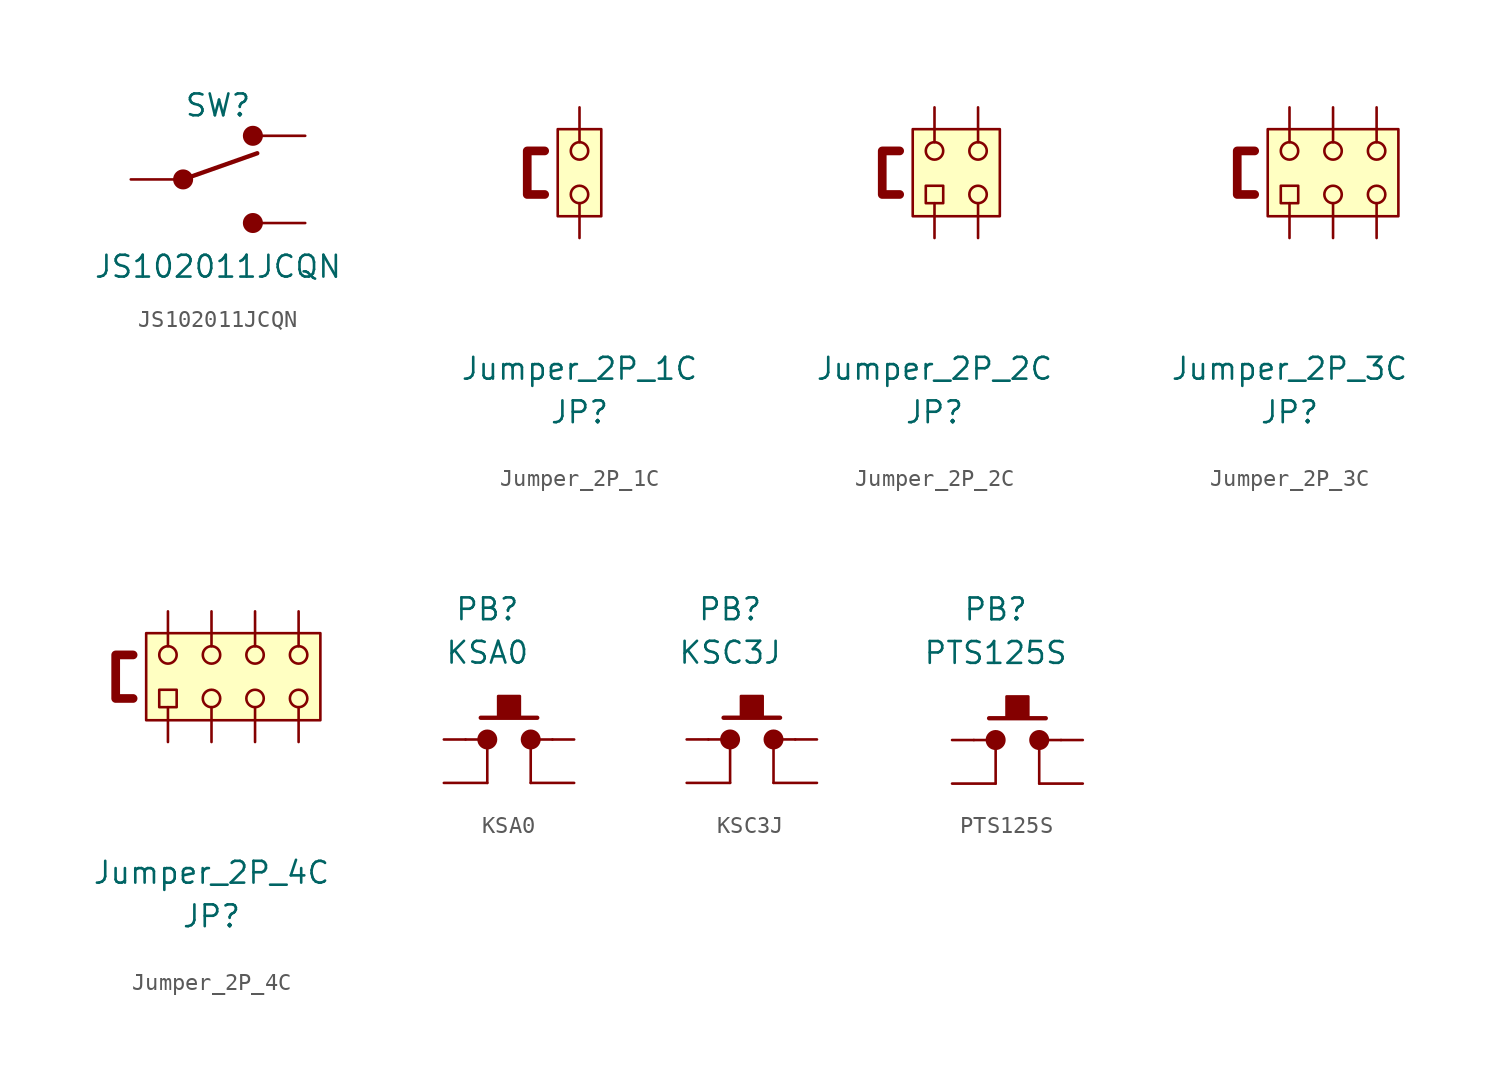
<source format=kicad_sym>
(kicad_symbol_lib
  (version 20220914)
  (generator kicad_symbol_editor)
  (symbol "JS102011JCQN"
    (pin_numbers hide)
    (pin_names
      (offset 0) hide)
    (property "Reference" "SW"
      (at 0 4.318 0)
      (effects (font (size 1.27 1.27))))
    (property "Value" "JS102011JCQN"
      (at 0 -5.08 0)
      (effects (font (size 1.27 1.27))))
    (symbol "JS102011JCQN_0_0"
      (circle (center -2.032 0) (radius 0.508) (stroke (width 0) (type default)) (fill (type outline)))
      (circle (center 2.032 -2.54) (radius 0.508) (stroke (width 0) (type default)) (fill (type outline))))
    (symbol "JS102011JCQN_0_1"
      (polyline (pts (xy -2.032 0) (xy 2.286 1.524)) (stroke (width 0.254) (type default)) (fill (type none)))
      (circle (center 2.032 2.54) (radius 0.508) (stroke (width 0) (type default)) (fill (type outline))))
    (symbol "JS102011JCQN_1_1"
      (pin passive line (at 5.08 2.54 180) (length 2.54) (name "~" (effects (font (size 1.27 1.27)))) (number "1" (effects (font (size 1.27 1.27)))))
      (pin passive line (at -5.08 0 0) (length 2.54) (name "~" (effects (font (size 1.27 1.27)))) (number "2" (effects (font (size 1.27 1.27)))))
      (pin passive line (at 5.08 -2.54 180) (length 2.54) (name "~" (effects (font (size 1.27 1.27)))) (number "3" (effects (font (size 1.27 1.27)))))))
  (symbol "Jumper_2P_1C"
    (pin_numbers hide)
    (pin_names
      (offset 1.016) hide)
    (property "Reference" "JP"
      (at 0 -12.7 0)
      (effects (font (size 1.27 1.27))))
    (property "Value" "Jumper_2P_1C"
      (at 0 -10.16 0)
      (effects (font (size 1.27 1.27))))
    (symbol "Jumper_2P_1C_0_0"
      (pin passive line (at 0 -2.54 90) (length 2.032) (name "~" (effects (font (size 1.27 1.27)))) (number "1" (effects (font (size 1.27 1.27)))))
      (pin passive line (at 0 5.08 270) (length 2.032) (name "~" (effects (font (size 1.27 1.27)))) (number "2" (effects (font (size 1.27 1.27))))))
    (symbol "Jumper_2P_1C_0_1"
      (rectangle (start -1.27 3.81) (end 1.27 -1.27) (stroke (width 0.152) (type default)) (fill (type background)))
      (polyline (pts (xy -2.032 2.54) (xy -3.048 2.54) (xy -3.048 0) (xy -2.032 0)) (stroke (width 0.508) (type default)) (fill (type none)))
      (circle (center 0 0) (radius 0.508) (stroke (width 0) (type default)) (fill (type none)))
      (circle (center 0 2.54) (radius 0.508) (stroke (width 0) (type default)) (fill (type none)))))
  (symbol "Jumper_2P_2C"
    (pin_numbers hide)
    (pin_names
      (offset 0) hide)
    (property "Reference" "JP"
      (at 0 -12.7 0)
      (effects (font (size 1.27 1.27))))
    (property "Value" "Jumper_2P_2C"
      (at 0 -10.16 0)
      (effects (font (size 1.27 1.27))))
    (symbol "Jumper_2P_2C_0_0"
      (pin passive line (at 0 -2.54 90) (length 2.032) (name "~" (effects (font (size 1.27 1.27)))) (number "1" (effects (font (size 1.27 1.27)))))
      (pin passive line (at 0 5.08 270) (length 2.032) (name "~" (effects (font (size 1.27 1.27)))) (number "2" (effects (font (size 1.27 1.27)))))
      (pin passive line (at 2.54 -2.54 90) (length 2.032) (name "~" (effects (font (size 1.27 1.27)))) (number "3" (effects (font (size 1.27 1.27)))))
      (pin passive line (at 2.54 5.08 270) (length 2.032) (name "~" (effects (font (size 1.27 1.27)))) (number "4" (effects (font (size 1.27 1.27))))))
    (symbol "Jumper_2P_2C_0_1"
      (rectangle (start -1.27 3.81) (end 3.81 -1.27) (stroke (width 0.152) (type default)) (fill (type background)))
      (rectangle (start -0.508 0.508) (end 0.508 -0.508) (stroke (width 0) (type default)) (fill (type none)))
      (polyline (pts (xy -2.032 2.54) (xy -3.048 2.54) (xy -3.048 0) (xy -2.032 0)) (stroke (width 0.508) (type default)) (fill (type none)))
      (circle (center 0 2.54) (radius 0.508) (stroke (width 0) (type default)) (fill (type none)))
      (circle (center 2.54 0) (radius 0.508) (stroke (width 0) (type default)) (fill (type none)))
      (circle (center 2.54 2.54) (radius 0.508) (stroke (width 0) (type default)) (fill (type none)))))
  (symbol "Jumper_2P_3C"
    (pin_numbers hide)
    (pin_names
      (offset 0) hide)
    (property "Reference" "JP"
      (at 0 -12.7 0)
      (effects (font (size 1.27 1.27))))
    (property "Value" "Jumper_2P_3C"
      (at 0 -10.16 0)
      (effects (font (size 1.27 1.27))))
    (symbol "Jumper_2P_3C_0_0"
      (pin passive line (at 0 -2.54 90) (length 2.032) (name "~" (effects (font (size 1.27 1.27)))) (number "1" (effects (font (size 1.27 1.27)))))
      (pin passive line (at 0 5.08 270) (length 2.032) (name "~" (effects (font (size 1.27 1.27)))) (number "2" (effects (font (size 1.27 1.27)))))
      (pin passive line (at 2.54 -2.54 90) (length 2.032) (name "~" (effects (font (size 1.27 1.27)))) (number "3" (effects (font (size 1.27 1.27)))))
      (pin passive line (at 2.54 5.08 270) (length 2.032) (name "~" (effects (font (size 1.27 1.27)))) (number "4" (effects (font (size 1.27 1.27)))))
      (pin passive line (at 5.08 -2.54 90) (length 2.032) (name "~" (effects (font (size 1.27 1.27)))) (number "5" (effects (font (size 1.27 1.27)))))
      (pin passive line (at 5.08 5.08 270) (length 2.032) (name "~" (effects (font (size 1.27 1.27)))) (number "6" (effects (font (size 1.27 1.27))))))
    (symbol "Jumper_2P_3C_0_1"
      (rectangle (start -1.27 3.81) (end 6.35 -1.27) (stroke (width 0.152) (type default)) (fill (type background)))
      (rectangle (start -0.508 0.508) (end 0.508 -0.508) (stroke (width 0) (type default)) (fill (type none)))
      (polyline (pts (xy -2.032 2.54) (xy -3.048 2.54) (xy -3.048 0) (xy -2.032 0)) (stroke (width 0.508) (type default)) (fill (type none)))
      (circle (center 0 2.54) (radius 0.508) (stroke (width 0) (type default)) (fill (type none)))
      (circle (center 2.54 0) (radius 0.508) (stroke (width 0) (type default)) (fill (type none)))
      (circle (center 2.54 2.54) (radius 0.508) (stroke (width 0) (type default)) (fill (type none)))
      (circle (center 5.08 0) (radius 0.508) (stroke (width 0) (type default)) (fill (type none)))
      (circle (center 5.08 2.54) (radius 0.508) (stroke (width 0) (type default)) (fill (type none)))))
  (symbol "Jumper_2P_4C"
    (pin_numbers hide)
    (pin_names
      (offset 0) hide)
    (property "Reference" "JP"
      (at 0 -12.7 0)
      (effects (font (size 1.27 1.27))))
    (property "Value" "Jumper_2P_4C"
      (at 0 -10.16 0)
      (effects (font (size 1.27 1.27))))
    (symbol "Jumper_2P_4C_0_0"
      (pin passive line (at -2.54 -2.54 90) (length 2.032) (name "~" (effects (font (size 1.27 1.27)))) (number "1" (effects (font (size 1.27 1.27)))))
      (pin passive line (at -2.54 5.08 270) (length 2.032) (name "~" (effects (font (size 1.27 1.27)))) (number "2" (effects (font (size 1.27 1.27)))))
      (pin passive line (at 0 -2.54 90) (length 2.032) (name "~" (effects (font (size 1.27 1.27)))) (number "3" (effects (font (size 1.27 1.27)))))
      (pin passive line (at 0 5.08 270) (length 2.032) (name "~" (effects (font (size 1.27 1.27)))) (number "4" (effects (font (size 1.27 1.27)))))
      (pin passive line (at 2.54 -2.54 90) (length 2.032) (name "~" (effects (font (size 1.27 1.27)))) (number "5" (effects (font (size 1.27 1.27)))))
      (pin passive line (at 2.54 5.08 270) (length 2.032) (name "~" (effects (font (size 1.27 1.27)))) (number "6" (effects (font (size 1.27 1.27)))))
      (pin passive line (at 5.08 -2.54 90) (length 2.032) (name "~" (effects (font (size 1.27 1.27)))) (number "7" (effects (font (size 1.27 1.27)))))
      (pin passive line (at 5.08 5.08 270) (length 2.032) (name "~" (effects (font (size 1.27 1.27)))) (number "8" (effects (font (size 1.27 1.27))))))
    (symbol "Jumper_2P_4C_0_1"
      (rectangle (start -3.81 3.81) (end 6.35 -1.27) (stroke (width 0.152) (type default)) (fill (type background)))
      (rectangle (start -3.048 0.508) (end -2.032 -0.508) (stroke (width 0) (type default)) (fill (type none)))
      (circle (center -2.54 2.54) (radius 0.508) (stroke (width 0) (type default)) (fill (type none)))
      (polyline (pts (xy -4.572 2.54) (xy -5.588 2.54) (xy -5.588 0) (xy -4.572 0)) (stroke (width 0.508) (type default)) (fill (type none)))
      (circle (center 0 0) (radius 0.508) (stroke (width 0) (type default)) (fill (type none)))
      (circle (center 0 2.54) (radius 0.508) (stroke (width 0) (type default)) (fill (type none)))
      (circle (center 2.54 0) (radius 0.508) (stroke (width 0) (type default)) (fill (type none)))
      (circle (center 2.54 2.54) (radius 0.508) (stroke (width 0) (type default)) (fill (type none)))
      (circle (center 5.08 0) (radius 0.508) (stroke (width 0) (type default)) (fill (type none)))
      (circle (center 5.08 2.54) (radius 0.508) (stroke (width 0) (type default)) (fill (type none)))))
  (symbol "KSA0"
    (pin_numbers hide)
    (pin_names
      (offset 1.016) hide)
    (property "Reference" "PB"
      (at 0 10.16 0)
      (effects (font (size 1.27 1.27))))
    (property "Value" "KSA0"
      (at 0 7.62 0)
      (effects (font (size 1.27 1.27))))
    (symbol "KSA0_0_0"
      (pin passive line (at 5.08 2.54 180) (length 1.27) (name "~" (effects (font (size 1.27 1.27)))) (number "3" (effects (font (size 1.27 1.27)))))
      (pin passive line (at -2.54 2.54 0) (length 1.27) (name "~" (effects (font (size 1.27 1.27)))) (number "4" (effects (font (size 1.27 1.27))))))
    (symbol "KSA0_0_1"
      (polyline (pts (xy -1.27 2.54) (xy -0.508 2.54)) (stroke (width 0) (type default)) (fill (type none)))
      (polyline (pts (xy 0 2.54) (xy 0 0)) (stroke (width 0) (type default)) (fill (type none)))
      (polyline (pts (xy 2.54 2.54) (xy 2.54 0)) (stroke (width 0) (type default)) (fill (type none)))
      (polyline (pts (xy 2.921 3.81) (xy -0.381 3.81)) (stroke (width 0.254) (type default)) (fill (type none)))
      (polyline (pts (xy 3.81 2.54) (xy 3.048 2.54)) (stroke (width 0) (type default)) (fill (type none)))
      (circle (center 0 2.54) (radius 0.508) (stroke (width 0) (type default)) (fill (type outline)))
      (rectangle (start 0.635 3.81) (end 1.905 5.08) (stroke (width 0.152) (type default)) (fill (type outline)))
      (circle (center 2.54 2.54) (radius 0.508) (stroke (width 0) (type default)) (fill (type outline)))
      (pin passive line (at -2.54 0 0) (length 2.54) (name "~" (effects (font (size 1.27 1.27)))) (number "1" (effects (font (size 1.27 1.27)))))
      (pin passive line (at 5.08 0 180) (length 2.54) (name "~" (effects (font (size 1.27 1.27)))) (number "2" (effects (font (size 1.27 1.27)))))))
  (symbol "KSC3J"
    (pin_numbers hide)
    (pin_names
      (offset 1.016) hide)
    (property "Reference" "PB"
      (at 0 10.16 0)
      (effects (font (size 1.27 1.27))))
    (property "Value" "KSC3J"
      (at 0 7.62 0)
      (effects (font (size 1.27 1.27))))
    (symbol "KSC3J_0_0"
      (pin passive line (at 5.08 2.54 180) (length 1.27) (name "~" (effects (font (size 1.27 1.27)))) (number "3" (effects (font (size 1.27 1.27)))))
      (pin passive line (at -2.54 2.54 0) (length 1.27) (name "~" (effects (font (size 1.27 1.27)))) (number "4" (effects (font (size 1.27 1.27))))))
    (symbol "KSC3J_0_1"
      (polyline (pts (xy -1.27 2.54) (xy -0.508 2.54)) (stroke (width 0) (type default)) (fill (type none)))
      (polyline (pts (xy 0 2.54) (xy 0 0)) (stroke (width 0) (type default)) (fill (type none)))
      (polyline (pts (xy 2.54 2.54) (xy 2.54 0)) (stroke (width 0) (type default)) (fill (type none)))
      (polyline (pts (xy 2.921 3.81) (xy -0.381 3.81)) (stroke (width 0.254) (type default)) (fill (type none)))
      (polyline (pts (xy 3.81 2.54) (xy 3.048 2.54)) (stroke (width 0) (type default)) (fill (type none)))
      (circle (center 0 2.54) (radius 0.508) (stroke (width 0) (type default)) (fill (type outline)))
      (rectangle (start 0.635 3.81) (end 1.905 5.08) (stroke (width 0.152) (type default)) (fill (type outline)))
      (circle (center 2.54 2.54) (radius 0.508) (stroke (width 0) (type default)) (fill (type outline)))
      (pin passive line (at -2.54 0 0) (length 2.54) (name "~" (effects (font (size 1.27 1.27)))) (number "1" (effects (font (size 1.27 1.27)))))
      (pin passive line (at 5.08 0 180) (length 2.54) (name "~" (effects (font (size 1.27 1.27)))) (number "2" (effects (font (size 1.27 1.27)))))))
  (symbol "PTS125S"
    (pin_numbers hide)
    (pin_names
      (offset 1.016) hide)
    (property "Reference" "PB"
      (at 0 10.16 0)
      (effects (font (size 1.27 1.27))))
    (property "Value" "PTS125S"
      (at 0 7.62 0)
      (effects (font (size 1.27 1.27))))
    (symbol "PTS125S_0_0"
      (pin passive line (at -2.54 2.54 0) (length 1.27) (name "~" (effects (font (size 1.27 1.27)))) (number "1" (effects (font (size 1.27 1.27)))))
      (pin passive line (at 5.08 2.54 180) (length 1.27) (name "~" (effects (font (size 1.27 1.27)))) (number "3" (effects (font (size 1.27 1.27))))))
    (symbol "PTS125S_0_1"
      (polyline (pts (xy -1.27 2.54) (xy -0.508 2.54)) (stroke (width 0) (type default)) (fill (type none)))
      (polyline (pts (xy 0 2.54) (xy 0 0)) (stroke (width 0) (type default)) (fill (type none)))
      (polyline (pts (xy 2.54 2.54) (xy 2.54 0)) (stroke (width 0) (type default)) (fill (type none)))
      (polyline (pts (xy 2.921 3.81) (xy -0.381 3.81)) (stroke (width 0.254) (type default)) (fill (type none)))
      (polyline (pts (xy 3.81 2.54) (xy 3.048 2.54)) (stroke (width 0) (type default)) (fill (type none)))
      (circle (center 0 2.54) (radius 0.508) (stroke (width 0) (type default)) (fill (type outline)))
      (rectangle (start 0.635 3.81) (end 1.905 5.08) (stroke (width 0.152) (type default)) (fill (type outline)))
      (circle (center 2.54 2.54) (radius 0.508) (stroke (width 0) (type default)) (fill (type outline)))
      (pin passive line (at -2.54 0 0) (length 2.54) (name "~" (effects (font (size 1.27 1.27)))) (number "2" (effects (font (size 1.27 1.27)))))
      (pin passive line (at 5.08 0 180) (length 2.54) (name "~" (effects (font (size 1.27 1.27)))) (number "4" (effects (font (size 1.27 1.27))))))))
</source>
